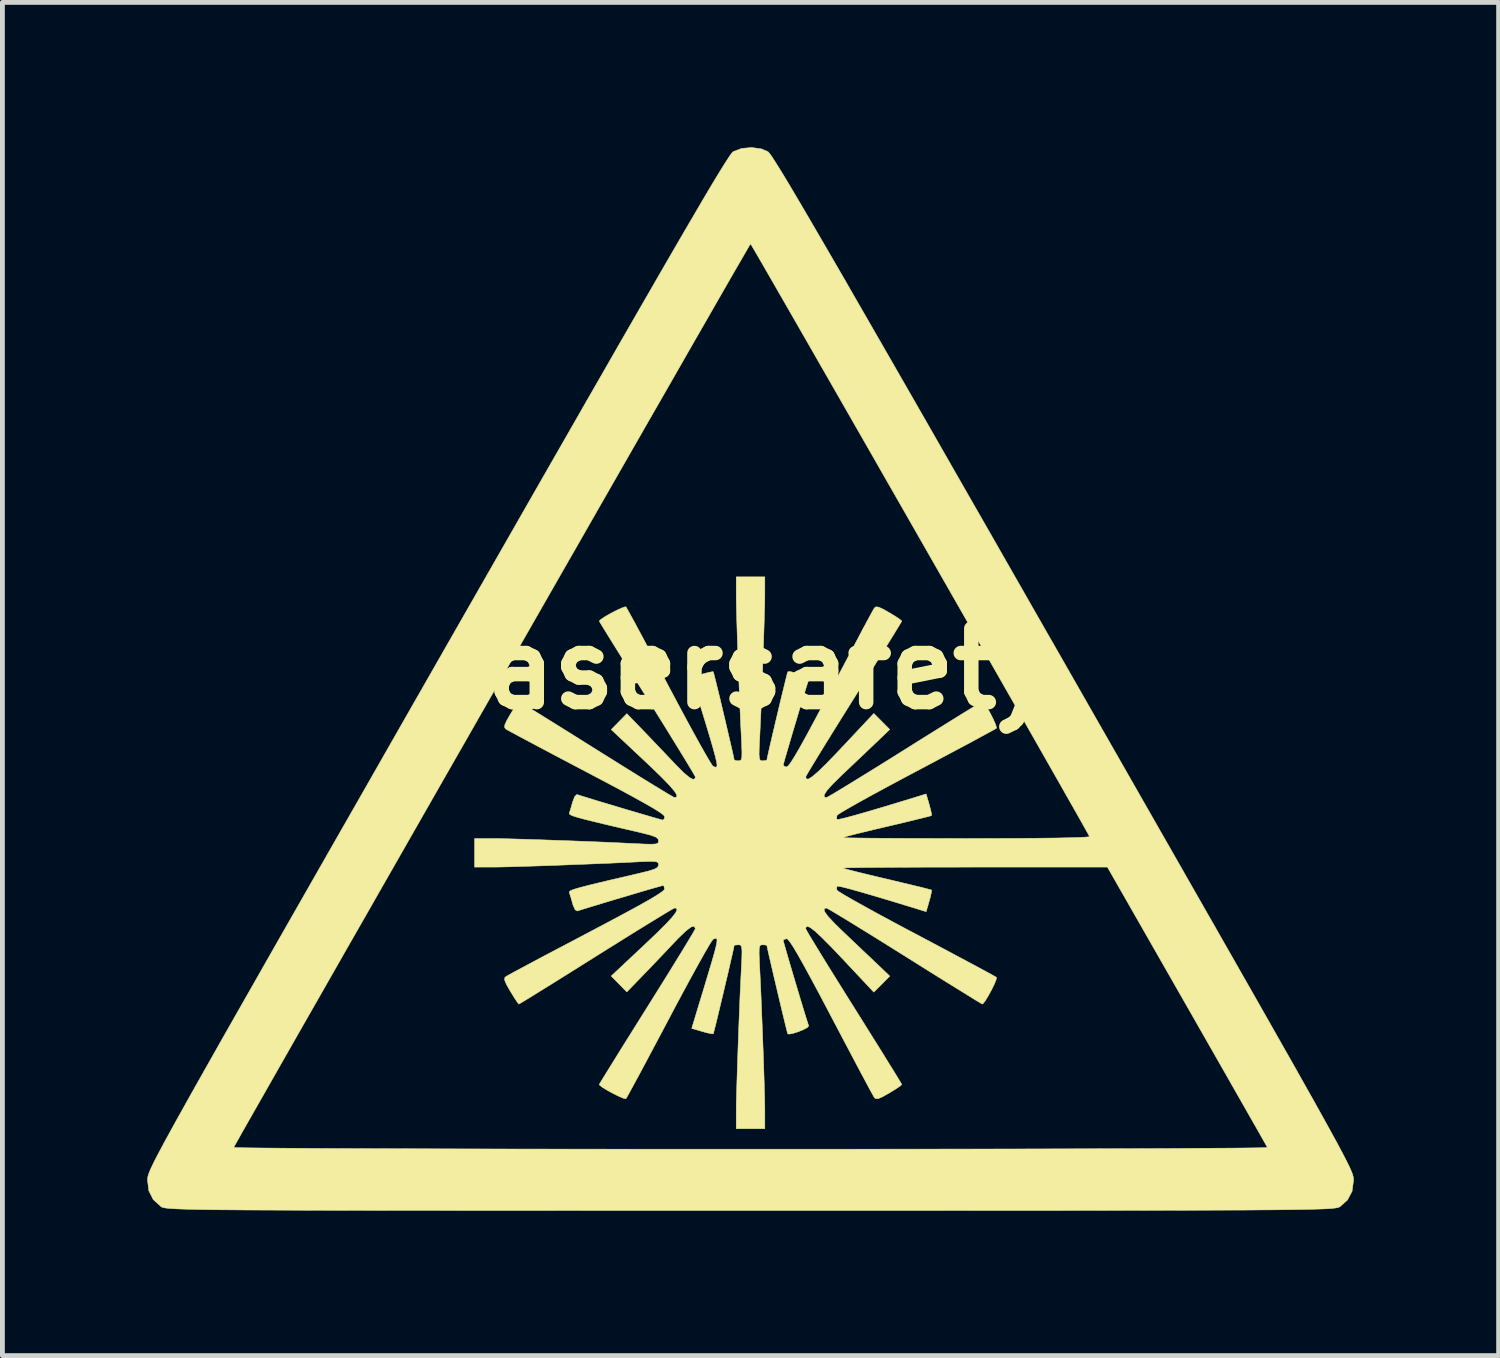
<source format=kicad_pcb>
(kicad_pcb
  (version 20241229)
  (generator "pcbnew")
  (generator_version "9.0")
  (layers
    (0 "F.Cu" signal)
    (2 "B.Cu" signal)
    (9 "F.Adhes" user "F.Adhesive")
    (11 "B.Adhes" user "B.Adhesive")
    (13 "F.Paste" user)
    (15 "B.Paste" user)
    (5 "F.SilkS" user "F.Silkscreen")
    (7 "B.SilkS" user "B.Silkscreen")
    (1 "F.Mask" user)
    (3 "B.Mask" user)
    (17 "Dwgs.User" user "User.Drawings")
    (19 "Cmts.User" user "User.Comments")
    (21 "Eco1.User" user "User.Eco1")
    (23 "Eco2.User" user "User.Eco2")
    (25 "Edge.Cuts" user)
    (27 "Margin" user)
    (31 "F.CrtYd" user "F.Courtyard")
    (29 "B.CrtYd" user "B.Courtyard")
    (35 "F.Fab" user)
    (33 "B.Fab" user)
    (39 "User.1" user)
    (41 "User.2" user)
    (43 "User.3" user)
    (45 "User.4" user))
  (footprint "lasersafety"
    (layer "F.Cu")
    (at 12.493 10.801)
    (property "Reference" "lasersafety" (at 0 0 0) (layer "F.SilkS") (effects (font (size 1.524 1.524) (thickness 0.3))))
    (attr through_hole)
    (fp_poly (pts (xy 0.227 -10.767) (xy 0.359 -10.711) (xy 0.379 -10.692) (xy 0.411 -10.651) (xy 0.456 -10.586) (xy 0.515 -10.494) (xy 0.591 -10.373) (xy 0.684 -10.222) (xy 0.795 -10.037) (xy 0.926 -9.816) (xy 1.079 -9.557) (xy 1.254 -9.258) (xy 1.453 -8.916) (xy 1.678 -8.529) (xy 1.929 -8.096) (xy 2.207 -7.612) (xy 2.515 -7.077) (xy 2.854 -6.488) (xy 3.225 -5.842) (xy 3.629 -5.138) (xy 4.067 -4.372) (xy 4.541 -3.544) (xy 5.053 -2.65) (xy 5.603 -1.687) (xy 6.193 -0.655) (xy 6.492 -0.133) (xy 7.086 0.907) (xy 7.639 1.875) (xy 8.153 2.775) (xy 8.63 3.61) (xy 9.07 4.381) (xy 9.476 5.092) (xy 9.848 5.744) (xy 10.188 6.341) (xy 10.498 6.885) (xy 10.778 7.378) (xy 11.031 7.824) (xy 11.258 8.224) (xy 11.459 8.582) (xy 11.638 8.899) (xy 11.794 9.179) (xy 11.93 9.424) (xy 12.047 9.637) (xy 12.147 9.819) (xy 12.23 9.975) (xy 12.298 10.105) (xy 12.354 10.214) (xy 12.397 10.302) (xy 12.43 10.374) (xy 12.454 10.431) (xy 12.47 10.477) (xy 12.48 10.513) (xy 12.485 10.542) (xy 12.488 10.567) (xy 12.488 10.589) (xy 12.458 10.819) (xy 12.363 11) (xy 12.207 11.138) (xy 12.194 11.146) (xy 12.175 11.153) (xy 12.15 11.16) (xy 12.114 11.166) (xy 12.066 11.172) (xy 12.001 11.178) (xy 11.917 11.183) (xy 11.811 11.187) (xy 11.68 11.191) (xy 11.521 11.195) (xy 11.332 11.198) (xy 11.109 11.201) (xy 10.85 11.204) (xy 10.551 11.206) (xy 10.21 11.209) (xy 9.823 11.21) (xy 9.389 11.212) (xy 8.903 11.213) (xy 8.363 11.214) (xy 7.766 11.215) (xy 7.109 11.216) (xy 6.389 11.217) (xy 5.604 11.217) (xy 4.75 11.217) (xy 3.824 11.218) (xy 2.824 11.218) (xy 1.747 11.218) (xy 0.589 11.218) (xy 0 11.218) (xy -1.198 11.218) (xy -2.314 11.218) (xy -3.351 11.218) (xy -4.312 11.217) (xy -5.2 11.217) (xy -6.018 11.217) (xy -6.769 11.216) (xy -7.456 11.216) (xy -8.082 11.215) (xy -8.649 11.214) (xy -9.16 11.213) (xy -9.62 11.211) (xy -10.029 11.209) (xy -10.392 11.208) (xy -10.711 11.205) (xy -10.989 11.203) (xy -11.229 11.2) (xy -11.434 11.197) (xy -11.607 11.193) (xy -11.751 11.189) (xy -11.868 11.185) (xy -11.963 11.18) (xy -12.036 11.175) (xy -12.093 11.169) (xy -12.134 11.163) (xy -12.164 11.157) (xy -12.186 11.15) (xy -12.201 11.142) (xy -12.207 11.138) (xy -12.369 10.992) (xy -12.461 10.809) (xy -12.488 10.589) (xy -12.488 10.565) (xy -12.485 10.54) (xy -12.479 10.51) (xy -12.469 10.474) (xy -12.452 10.427) (xy -12.428 10.369) (xy -12.394 10.296) (xy -12.35 10.206) (xy -12.294 10.096) (xy -12.224 9.964) (xy -12.196 9.912) (xy -10.703 9.912) (xy -10.663 9.915) (xy -10.541 9.918) (xy -10.341 9.921) (xy -10.067 9.924) (xy -9.722 9.927) (xy -9.308 9.93) (xy -8.831 9.933) (xy -8.292 9.935) (xy -7.696 9.937) (xy -7.045 9.939) (xy -6.344 9.941) (xy -5.594 9.943) (xy -4.801 9.945) (xy -3.967 9.946) (xy -3.095 9.947) (xy -2.19 9.948) (xy -1.253 9.948) (xy -0.29 9.948) (xy 0 9.948) (xy 0.959 9.948) (xy 1.893 9.948) (xy 2.8 9.947) (xy 3.675 9.946) (xy 4.516 9.945) (xy 5.318 9.944) (xy 6.078 9.942) (xy 6.793 9.94) (xy 7.46 9.938) (xy 8.074 9.936) (xy 8.633 9.934) (xy 9.133 9.931) (xy 9.57 9.928) (xy 9.942 9.926) (xy 10.243 9.923) (xy 10.472 9.92) (xy 10.625 9.917) (xy 10.697 9.913) (xy 10.703 9.912) (xy 10.681 9.87) (xy 10.619 9.761) (xy 10.522 9.589) (xy 10.392 9.361) (xy 10.233 9.082) (xy 10.048 8.758) (xy 9.841 8.394) (xy 9.614 7.996) (xy 9.37 7.569) (xy 9.114 7.12) (xy 9.04 6.991) (xy 7.391 4.106) (xy 4.641 4.106) (xy 4.167 4.107) (xy 3.721 4.107) (xy 3.307 4.109) (xy 2.934 4.111) (xy 2.608 4.113) (xy 2.336 4.115) (xy 2.125 4.118) (xy 1.982 4.121) (xy 1.915 4.125) (xy 1.911 4.126) (xy 1.956 4.141) (xy 2.071 4.172) (xy 2.245 4.216) (xy 2.465 4.269) (xy 2.719 4.33) (xy 2.832 4.356) (xy 3.096 4.419) (xy 3.331 4.475) (xy 3.525 4.522) (xy 3.665 4.558) (xy 3.74 4.578) (xy 3.749 4.582) (xy 3.746 4.627) (xy 3.724 4.727) (xy 3.7 4.813) (xy 3.637 5.029) (xy 3.374 4.948) (xy 2.918 4.809) (xy 2.542 4.697) (xy 2.243 4.61) (xy 2.02 4.548) (xy 1.873 4.512) (xy 1.8 4.5) (xy 1.791 4.502) (xy 1.783 4.557) (xy 1.79 4.584) (xy 1.831 4.616) (xy 1.939 4.682) (xy 2.107 4.779) (xy 2.327 4.902) (xy 2.59 5.047) (xy 2.89 5.209) (xy 3.218 5.385) (xy 3.436 5.5) (xy 3.778 5.681) (xy 4.097 5.851) (xy 4.385 6.005) (xy 4.635 6.138) (xy 4.838 6.248) (xy 4.987 6.329) (xy 5.074 6.378) (xy 5.093 6.39) (xy 5.087 6.436) (xy 5.049 6.531) (xy 4.99 6.651) (xy 4.923 6.774) (xy 4.86 6.877) (xy 4.813 6.936) (xy 4.801 6.943) (xy 4.762 6.921) (xy 4.659 6.859) (xy 4.499 6.76) (xy 4.289 6.63) (xy 4.037 6.474) (xy 3.749 6.295) (xy 3.435 6.098) (xy 3.196 5.948) (xy 2.865 5.741) (xy 2.556 5.548) (xy 2.275 5.375) (xy 2.032 5.225) (xy 1.832 5.104) (xy 1.684 5.015) (xy 1.594 4.964) (xy 1.571 4.953) (xy 1.523 4.972) (xy 1.534 5.029) (xy 1.606 5.129) (xy 1.743 5.275) (xy 1.882 5.411) (xy 2.069 5.589) (xy 2.272 5.782) (xy 2.462 5.962) (xy 2.575 6.069) (xy 2.884 6.364) (xy 2.719 6.53) (xy 2.553 6.696) (xy 1.901 6.001) (xy 1.664 5.752) (xy 1.478 5.565) (xy 1.337 5.434) (xy 1.238 5.358) (xy 1.176 5.332) (xy 1.147 5.353) (xy 1.143 5.382) (xy 1.165 5.425) (xy 1.227 5.532) (xy 1.326 5.695) (xy 1.456 5.908) (xy 1.613 6.163) (xy 1.793 6.452) (xy 1.99 6.768) (xy 2.138 7.004) (xy 2.345 7.334) (xy 2.537 7.642) (xy 2.711 7.92) (xy 2.86 8.161) (xy 2.982 8.357) (xy 3.07 8.502) (xy 3.121 8.588) (xy 3.133 8.61) (xy 3.099 8.64) (xy 3.01 8.7) (xy 2.884 8.777) (xy 2.87 8.786) (xy 2.73 8.865) (xy 2.643 8.902) (xy 2.591 8.902) (xy 2.563 8.878) (xy 2.535 8.828) (xy 2.471 8.712) (xy 2.377 8.536) (xy 2.256 8.31) (xy 2.114 8.041) (xy 1.953 7.737) (xy 1.779 7.406) (xy 1.672 7.203) (xy 1.449 6.779) (xy 1.26 6.427) (xy 1.105 6.142) (xy 0.981 5.921) (xy 0.885 5.76) (xy 0.815 5.654) (xy 0.769 5.599) (xy 0.751 5.589) (xy 0.689 5.606) (xy 0.677 5.625) (xy 0.689 5.672) (xy 0.721 5.785) (xy 0.769 5.951) (xy 0.828 6.154) (xy 0.895 6.379) (xy 0.965 6.613) (xy 1.033 6.842) (xy 1.096 7.049) (xy 1.149 7.222) (xy 1.188 7.344) (xy 1.205 7.395) (xy 1.177 7.429) (xy 1.095 7.472) (xy 0.986 7.517) (xy 0.877 7.551) (xy 0.796 7.565) (xy 0.771 7.559) (xy 0.759 7.517) (xy 0.731 7.407) (xy 0.691 7.243) (xy 0.642 7.04) (xy 0.588 6.812) (xy 0.532 6.574) (xy 0.477 6.341) (xy 0.427 6.126) (xy 0.385 5.944) (xy 0.355 5.809) (xy 0.34 5.737) (xy 0.339 5.729) (xy 0.303 5.718) (xy 0.252 5.715) (xy 0.215 5.719) (xy 0.192 5.741) (xy 0.18 5.795) (xy 0.178 5.896) (xy 0.184 6.058) (xy 0.19 6.191) (xy 0.204 6.471) (xy 0.218 6.792) (xy 0.232 7.141) (xy 0.246 7.503) (xy 0.26 7.865) (xy 0.272 8.212) (xy 0.282 8.53) (xy 0.29 8.806) (xy 0.295 9.025) (xy 0.296 9.17) (xy 0.296 9.525) (xy -0.296 9.525) (xy -0.296 9.17) (xy -0.295 9.02) (xy -0.289 8.8) (xy -0.281 8.523) (xy -0.271 8.204) (xy -0.259 7.856) (xy -0.246 7.494) (xy -0.232 7.132) (xy -0.218 6.784) (xy -0.203 6.464) (xy -0.19 6.191) (xy -0.18 5.985) (xy -0.177 5.849) (xy -0.183 5.769) (xy -0.199 5.729) (xy -0.228 5.716) (xy -0.252 5.715) (xy -0.322 5.721) (xy -0.339 5.729) (xy -0.348 5.778) (xy -0.373 5.893) (xy -0.412 6.061) (xy -0.459 6.267) (xy -0.513 6.496) (xy -0.569 6.734) (xy -0.625 6.967) (xy -0.676 7.18) (xy -0.719 7.358) (xy -0.752 7.487) (xy -0.769 7.553) (xy -0.771 7.559) (xy -0.817 7.556) (xy -0.917 7.534) (xy -1.002 7.51) (xy -1.218 7.447) (xy -1.075 6.973) (xy -0.96 6.596) (xy -0.869 6.292) (xy -0.798 6.054) (xy -0.747 5.875) (xy -0.714 5.746) (xy -0.697 5.66) (xy -0.694 5.609) (xy -0.704 5.586) (xy -0.726 5.583) (xy -0.756 5.593) (xy -0.774 5.6) (xy -0.806 5.641) (xy -0.872 5.749) (xy -0.969 5.917) (xy -1.092 6.137) (xy -1.237 6.4) (xy -1.399 6.7) (xy -1.575 7.028) (xy -1.69 7.246) (xy -1.871 7.588) (xy -2.041 7.907) (xy -2.194 8.195) (xy -2.328 8.445) (xy -2.438 8.648) (xy -2.519 8.797) (xy -2.568 8.883) (xy -2.58 8.903) (xy -2.625 8.896) (xy -2.719 8.857) (xy -2.839 8.798) (xy -2.962 8.731) (xy -3.066 8.668) (xy -3.126 8.621) (xy -3.133 8.609) (xy -3.111 8.57) (xy -3.049 8.467) (xy -2.95 8.308) (xy -2.82 8.098) (xy -2.664 7.846) (xy -2.485 7.56) (xy -2.288 7.245) (xy -2.138 7.006) (xy -1.931 6.675) (xy -1.738 6.366) (xy -1.565 6.085) (xy -1.415 5.842) (xy -1.294 5.642) (xy -1.205 5.494) (xy -1.154 5.404) (xy -1.143 5.381) (xy -1.165 5.33) (xy -1.231 5.346) (xy -1.342 5.431) (xy -1.5 5.583) (xy -1.563 5.649) (xy -1.738 5.835) (xy -1.94 6.047) (xy -2.136 6.252) (xy -2.222 6.341) (xy -2.562 6.692) (xy -2.723 6.527) (xy -2.885 6.362) (xy -2.19 5.71) (xy -1.942 5.474) (xy -1.754 5.287) (xy -1.624 5.147) (xy -1.548 5.048) (xy -1.522 4.986) (xy -1.543 4.957) (xy -1.572 4.953) (xy -1.615 4.975) (xy -1.722 5.037) (xy -1.885 5.136) (xy -2.098 5.266) (xy -2.353 5.423) (xy -2.642 5.603) (xy -2.958 5.8) (xy -3.194 5.948) (xy -3.524 6.155) (xy -3.831 6.347) (xy -4.109 6.521) (xy -4.35 6.67) (xy -4.546 6.792) (xy -4.69 6.88) (xy -4.776 6.931) (xy -4.797 6.943) (xy -4.826 6.909) (xy -4.886 6.821) (xy -4.963 6.695) (xy -4.973 6.68) (xy -5.053 6.54) (xy -5.09 6.453) (xy -5.092 6.401) (xy -5.067 6.373) (xy -5.017 6.345) (xy -4.901 6.281) (xy -4.725 6.187) (xy -4.499 6.066) (xy -4.23 5.923) (xy -3.926 5.763) (xy -3.595 5.589) (xy -3.393 5.482) (xy -2.969 5.258) (xy -2.617 5.07) (xy -2.332 4.915) (xy -2.111 4.791) (xy -1.95 4.695) (xy -1.844 4.625) (xy -1.789 4.579) (xy -1.779 4.561) (xy -1.794 4.499) (xy -1.812 4.487) (xy -1.858 4.499) (xy -1.971 4.531) (xy -2.136 4.578) (xy -2.339 4.638) (xy -2.564 4.705) (xy -2.799 4.774) (xy -3.027 4.843) (xy -3.235 4.906) (xy -3.408 4.959) (xy -3.532 4.997) (xy -3.587 5.015) (xy -3.631 4.991) (xy -3.675 4.896) (xy -3.684 4.864) (xy -3.718 4.742) (xy -3.747 4.652) (xy -3.752 4.637) (xy -3.753 4.62) (xy -3.739 4.603) (xy -3.702 4.583) (xy -3.634 4.559) (xy -3.527 4.528) (xy -3.374 4.488) (xy -3.166 4.437) (xy -2.897 4.373) (xy -2.557 4.294) (xy -2.297 4.233) (xy -2.111 4.187) (xy -1.993 4.15) (xy -1.93 4.115) (xy -1.907 4.076) (xy -1.905 4.059) (xy -1.91 4.023) (xy -1.934 4.001) (xy -1.991 3.99) (xy -2.096 3.988) (xy -2.264 3.994) (xy -2.381 4) (xy -2.661 4.014) (xy -2.982 4.028) (xy -3.331 4.042) (xy -3.693 4.056) (xy -4.055 4.07) (xy -4.402 4.082) (xy -4.72 4.092) (xy -4.996 4.1) (xy -5.215 4.105) (xy -5.36 4.106) (xy -5.715 4.106) (xy -5.715 3.514) (xy -5.36 3.514) (xy -5.21 3.515) (xy -4.99 3.521) (xy -4.713 3.529) (xy -4.394 3.539) (xy -4.046 3.551) (xy -3.684 3.564) (xy -3.322 3.578) (xy -2.974 3.592) (xy -2.654 3.607) (xy -2.381 3.62) (xy -2.175 3.63) (xy -2.039 3.632) (xy -1.958 3.626) (xy -1.919 3.61) (xy -1.906 3.582) (xy -1.905 3.561) (xy -1.917 3.519) (xy -1.963 3.484) (xy -2.058 3.448) (xy -2.215 3.407) (xy -2.297 3.387) (xy -2.685 3.297) (xy -2.999 3.223) (xy -3.246 3.163) (xy -3.434 3.117) (xy -3.57 3.08) (xy -3.662 3.052) (xy -3.718 3.029) (xy -3.747 3.011) (xy -3.754 2.994) (xy -3.752 2.983) (xy -3.727 2.908) (xy -3.694 2.791) (xy -3.684 2.756) (xy -3.642 2.647) (xy -3.597 2.603) (xy -3.587 2.605) (xy -3.513 2.629) (xy -3.379 2.67) (xy -3.198 2.726) (xy -2.984 2.79) (xy -2.754 2.859) (xy -2.52 2.929) (xy -2.298 2.994) (xy -2.101 3.052) (xy -1.945 3.097) (xy -1.844 3.125) (xy -1.812 3.133) (xy -1.784 3.098) (xy -1.779 3.059) (xy -1.803 3.027) (xy -1.875 2.973) (xy -2 2.894) (xy -2.182 2.789) (xy -2.425 2.654) (xy -2.733 2.487) (xy -3.11 2.287) (xy -3.393 2.138) (xy -3.735 1.958) (xy -4.056 1.789) (xy -4.346 1.635) (xy -4.598 1.501) (xy -4.805 1.391) (xy -4.957 1.309) (xy -5.047 1.259) (xy -5.067 1.247) (xy -5.093 1.213) (xy -5.088 1.158) (xy -5.044 1.064) (xy -4.973 0.94) (xy -4.894 0.812) (xy -4.832 0.718) (xy -4.798 0.678) (xy -4.797 0.677) (xy -4.758 0.699) (xy -4.655 0.762) (xy -4.495 0.86) (xy -4.285 0.99) (xy -4.033 1.147) (xy -3.746 1.326) (xy -3.432 1.523) (xy -3.194 1.672) (xy -2.863 1.879) (xy -2.554 2.072) (xy -2.275 2.245) (xy -2.031 2.395) (xy -1.832 2.516) (xy -1.684 2.605) (xy -1.595 2.656) (xy -1.572 2.667) (xy -1.528 2.653) (xy -1.528 2.609) (xy -1.578 2.53) (xy -1.679 2.412) (xy -1.836 2.25) (xy -2.052 2.04) (xy -2.19 1.91) (xy -2.885 1.258) (xy -2.723 1.093) (xy -2.562 0.928) (xy -2.222 1.279) (xy -2.041 1.468) (xy -1.838 1.681) (xy -1.645 1.884) (xy -1.563 1.971) (xy -1.389 2.147) (xy -1.262 2.253) (xy -1.182 2.292) (xy -1.145 2.263) (xy -1.143 2.239) (xy -1.165 2.196) (xy -1.227 2.089) (xy -1.326 1.925) (xy -1.456 1.712) (xy -1.613 1.457) (xy -1.792 1.167) (xy -1.989 0.851) (xy -2.138 0.614) (xy -2.345 0.284) (xy -2.537 -0.023) (xy -2.71 -0.301) (xy -2.86 -0.542) (xy -2.981 -0.738) (xy -3.07 -0.882) (xy -3.121 -0.968) (xy -3.133 -0.989) (xy -3.099 -1.024) (xy -3.011 -1.082) (xy -2.894 -1.149) (xy -2.77 -1.213) (xy -2.662 -1.262) (xy -2.592 -1.285) (xy -2.58 -1.283) (xy -2.554 -1.239) (xy -2.493 -1.129) (xy -2.4 -0.959) (xy -2.281 -0.738) (xy -2.14 -0.473) (xy -1.98 -0.172) (xy -1.805 0.156) (xy -1.69 0.374) (xy -1.508 0.716) (xy -1.337 1.035) (xy -1.181 1.322) (xy -1.044 1.57) (xy -0.93 1.771) (xy -0.844 1.918) (xy -0.79 2.002) (xy -0.774 2.02) (xy -0.74 2.033) (xy -0.714 2.037) (xy -0.698 2.025) (xy -0.694 1.989) (xy -0.704 1.922) (xy -0.729 1.815) (xy -0.771 1.661) (xy -0.831 1.453) (xy -0.912 1.183) (xy -1.015 0.844) (xy -1.075 0.647) (xy -1.218 0.173) (xy -1.002 0.11) (xy -0.879 0.077) (xy -0.794 0.06) (xy -0.772 0.061) (xy -0.759 0.103) (xy -0.731 0.214) (xy -0.691 0.377) (xy -0.641 0.58) (xy -0.587 0.808) (xy -0.53 1.046) (xy -0.476 1.279) (xy -0.426 1.493) (xy -0.384 1.675) (xy -0.354 1.808) (xy -0.34 1.879) (xy -0.339 1.886) (xy -0.303 1.901) (xy -0.252 1.905) (xy -0.215 1.901) (xy -0.192 1.879) (xy -0.18 1.825) (xy -0.178 1.724) (xy -0.184 1.562) (xy -0.19 1.429) (xy -0.204 1.149) (xy -0.218 0.828) (xy -0.232 0.479) (xy -0.246 0.117) (xy -0.26 -0.245) (xy -0.272 -0.592) (xy -0.282 -0.91) (xy -0.29 -1.186) (xy -0.295 -1.405) (xy -0.296 -1.55) (xy -0.296 -1.905) (xy 0.296 -1.905) (xy 0.296 -1.55) (xy 0.295 -1.4) (xy 0.289 -1.18) (xy 0.281 -0.903) (xy 0.271 -0.584) (xy 0.259 -0.236) (xy 0.246 0.126) (xy 0.232 0.488) (xy 0.218 0.836) (xy 0.203 1.156) (xy 0.19 1.429) (xy 0.18 1.635) (xy 0.177 1.771) (xy 0.183 1.851) (xy 0.199 1.891) (xy 0.228 1.904) (xy 0.252 1.905) (xy 0.322 1.897) (xy 0.339 1.886) (xy 0.348 1.836) (xy 0.374 1.72) (xy 0.412 1.552) (xy 0.46 1.346) (xy 0.514 1.117) (xy 0.57 0.879) (xy 0.625 0.647) (xy 0.677 0.435) (xy 0.72 0.258) (xy 0.752 0.13) (xy 0.77 0.065) (xy 0.772 0.061) (xy 0.823 0.057) (xy 0.919 0.081) (xy 1.031 0.12) (xy 1.133 0.166) (xy 1.196 0.207) (xy 1.205 0.225) (xy 1.18 0.301) (xy 1.137 0.437) (xy 1.082 0.619) (xy 1.017 0.833) (xy 0.948 1.064) (xy 0.878 1.298) (xy 0.813 1.519) (xy 0.756 1.714) (xy 0.711 1.868) (xy 0.684 1.966) (xy 0.677 1.995) (xy 0.712 2.026) (xy 0.751 2.031) (xy 0.783 2.007) (xy 0.837 1.935) (xy 0.916 1.809) (xy 1.022 1.627) (xy 1.157 1.383) (xy 1.324 1.074) (xy 1.525 0.696) (xy 1.672 0.417) (xy 1.852 0.074) (xy 2.021 -0.246) (xy 2.175 -0.537) (xy 2.309 -0.789) (xy 2.419 -0.996) (xy 2.501 -1.148) (xy 2.551 -1.237) (xy 2.563 -1.258) (xy 2.597 -1.284) (xy 2.653 -1.278) (xy 2.747 -1.235) (xy 2.87 -1.166) (xy 2.999 -1.088) (xy 3.092 -1.025) (xy 3.132 -0.991) (xy 3.133 -0.99) (xy 3.111 -0.95) (xy 3.048 -0.847) (xy 2.95 -0.686) (xy 2.82 -0.476) (xy 2.663 -0.223) (xy 2.484 0.064) (xy 2.287 0.379) (xy 2.138 0.616) (xy 1.931 0.947) (xy 1.738 1.256) (xy 1.565 1.535) (xy 1.415 1.779) (xy 1.294 1.978) (xy 1.205 2.126) (xy 1.154 2.215) (xy 1.143 2.238) (xy 1.157 2.282) (xy 1.201 2.282) (xy 1.28 2.232) (xy 1.398 2.131) (xy 1.56 1.974) (xy 1.769 1.758) (xy 1.901 1.619) (xy 2.553 0.924) (xy 2.719 1.09) (xy 2.884 1.256) (xy 2.575 1.551) (xy 2.411 1.707) (xy 2.214 1.894) (xy 2.013 2.085) (xy 1.882 2.209) (xy 1.698 2.39) (xy 1.58 2.523) (xy 1.525 2.611) (xy 1.53 2.657) (xy 1.571 2.667) (xy 1.614 2.645) (xy 1.721 2.583) (xy 1.885 2.484) (xy 2.098 2.354) (xy 2.353 2.197) (xy 2.643 2.018) (xy 2.959 1.821) (xy 3.196 1.672) (xy 3.526 1.465) (xy 3.834 1.273) (xy 4.112 1.1) (xy 4.353 0.95) (xy 4.55 0.829) (xy 4.694 0.74) (xy 4.78 0.689) (xy 4.801 0.677) (xy 4.838 0.712) (xy 4.896 0.799) (xy 4.963 0.916) (xy 5.026 1.041) (xy 5.074 1.149) (xy 5.095 1.218) (xy 5.093 1.23) (xy 5.049 1.256) (xy 4.939 1.317) (xy 4.769 1.409) (xy 4.548 1.529) (xy 4.283 1.67) (xy 3.982 1.83) (xy 3.654 2.005) (xy 3.436 2.12) (xy 3.094 2.302) (xy 2.775 2.473) (xy 2.488 2.629) (xy 2.24 2.766) (xy 2.039 2.88) (xy 1.892 2.966) (xy 1.808 3.02) (xy 1.79 3.036) (xy 1.783 3.102) (xy 1.791 3.118) (xy 1.837 3.115) (xy 1.957 3.088) (xy 2.151 3.036) (xy 2.421 2.959) (xy 2.769 2.856) (xy 3.195 2.727) (xy 3.374 2.672) (xy 3.637 2.591) (xy 3.7 2.807) (xy 3.733 2.931) (xy 3.75 3.015) (xy 3.749 3.038) (xy 3.706 3.052) (xy 3.592 3.081) (xy 3.419 3.124) (xy 3.2 3.177) (xy 2.947 3.237) (xy 2.832 3.264) (xy 2.568 3.326) (xy 2.333 3.383) (xy 2.138 3.431) (xy 1.996 3.468) (xy 1.92 3.49) (xy 1.911 3.494) (xy 1.948 3.498) (xy 2.063 3.501) (xy 2.248 3.504) (xy 2.497 3.507) (xy 2.801 3.509) (xy 3.154 3.511) (xy 3.548 3.512) (xy 3.977 3.513) (xy 4.433 3.514) (xy 4.463 3.514) (xy 5.018 3.513) (xy 5.512 3.511) (xy 5.943 3.508) (xy 6.306 3.504) (xy 6.598 3.498) (xy 6.816 3.492) (xy 6.957 3.484) (xy 7.018 3.476) (xy 7.02 3.473) (xy 6.997 3.429) (xy 6.934 3.317) (xy 6.835 3.14) (xy 6.702 2.905) (xy 6.537 2.615) (xy 6.345 2.276) (xy 6.126 1.891) (xy 5.884 1.466) (xy 5.621 1.005) (xy 5.34 0.513) (xy 5.044 -0.006) (xy 4.735 -0.546) (xy 4.417 -1.104) (xy 4.091 -1.674) (xy 3.76 -2.253) (xy 3.428 -2.834) (xy 3.096 -3.414) (xy 2.767 -3.989) (xy 2.445 -4.552) (xy 2.131 -5.1) (xy 1.828 -5.629) (xy 1.539 -6.132) (xy 1.267 -6.607) (xy 1.014 -7.048) (xy 0.783 -7.45) (xy 0.577 -7.808) (xy 0.398 -8.119) (xy 0.249 -8.378) (xy 0.132 -8.579) (xy 0.05 -8.719) (xy 0.007 -8.792) (xy 0 -8.802) (xy -0.022 -8.766) (xy -0.084 -8.66) (xy -0.183 -8.488) (xy -0.319 -8.254) (xy -0.487 -7.962) (xy -0.687 -7.614) (xy -0.915 -7.216) (xy -1.171 -6.771) (xy -1.451 -6.282) (xy -1.754 -5.753) (xy -2.078 -5.189) (xy -2.42 -4.592) (xy -2.778 -3.967) (xy -3.15 -3.318) (xy -3.533 -2.647) (xy -3.927 -1.96) (xy -4.328 -1.259) (xy -4.734 -0.549) (xy -5.144 0.168) (xy -5.555 0.886) (xy -5.964 1.602) (xy -6.371 2.313) (xy -6.772 3.015) (xy -7.165 3.703) (xy -7.549 4.375) (xy -7.921 5.027) (xy -8.28 5.654) (xy -8.622 6.253) (xy -8.945 6.82) (xy -9.249 7.351) (xy -9.529 7.843) (xy -9.785 8.292) (xy -10.014 8.695) (xy -10.214 9.046) (xy -10.383 9.343) (xy -10.519 9.582) (xy -10.618 9.759) (xy -10.681 9.87) (xy -10.703 9.912) (xy -12.196 9.912) (xy -12.14 9.806) (xy -12.039 9.622) (xy -11.921 9.407) (xy -11.783 9.159) (xy -11.625 8.876) (xy -11.445 8.556) (xy -11.241 8.195) (xy -11.013 7.791) (xy -10.758 7.342) (xy -10.475 6.845) (xy -10.163 6.297) (xy -9.821 5.696) (xy -9.446 5.039) (xy -9.038 4.324) (xy -8.595 3.548) (xy -8.115 2.709) (xy -7.598 1.803) (xy -7.042 0.829) (xy -6.492 -0.133) (xy -5.882 -1.2) (xy -5.313 -2.195) (xy -4.783 -3.122) (xy -4.291 -3.982) (xy -3.835 -4.777) (xy -3.415 -5.511) (xy -3.028 -6.184) (xy -2.675 -6.8) (xy -2.352 -7.361) (xy -2.059 -7.869) (xy -1.795 -8.327) (xy -1.558 -8.736) (xy -1.347 -9.099) (xy -1.16 -9.418) (xy -0.997 -9.696) (xy -0.856 -9.935) (xy -0.735 -10.137) (xy -0.633 -10.304) (xy -0.549 -10.44) (xy -0.482 -10.545) (xy -0.43 -10.623) (xy -0.393 -10.675) (xy -0.367 -10.704) (xy -0.359 -10.711) (xy -0.184 -10.777) (xy 0.024 -10.796) (xy 0.227 -10.767)) (stroke (width 0.01) (type solid)) (fill yes) (layer "F.SilkS")))
  (gr_rect
    (start -3 -3)
    (end 27.986 25.024)
    (stroke (width 0.1) (type default))
    (fill no)
    (layer "Edge.Cuts")))
</source>
